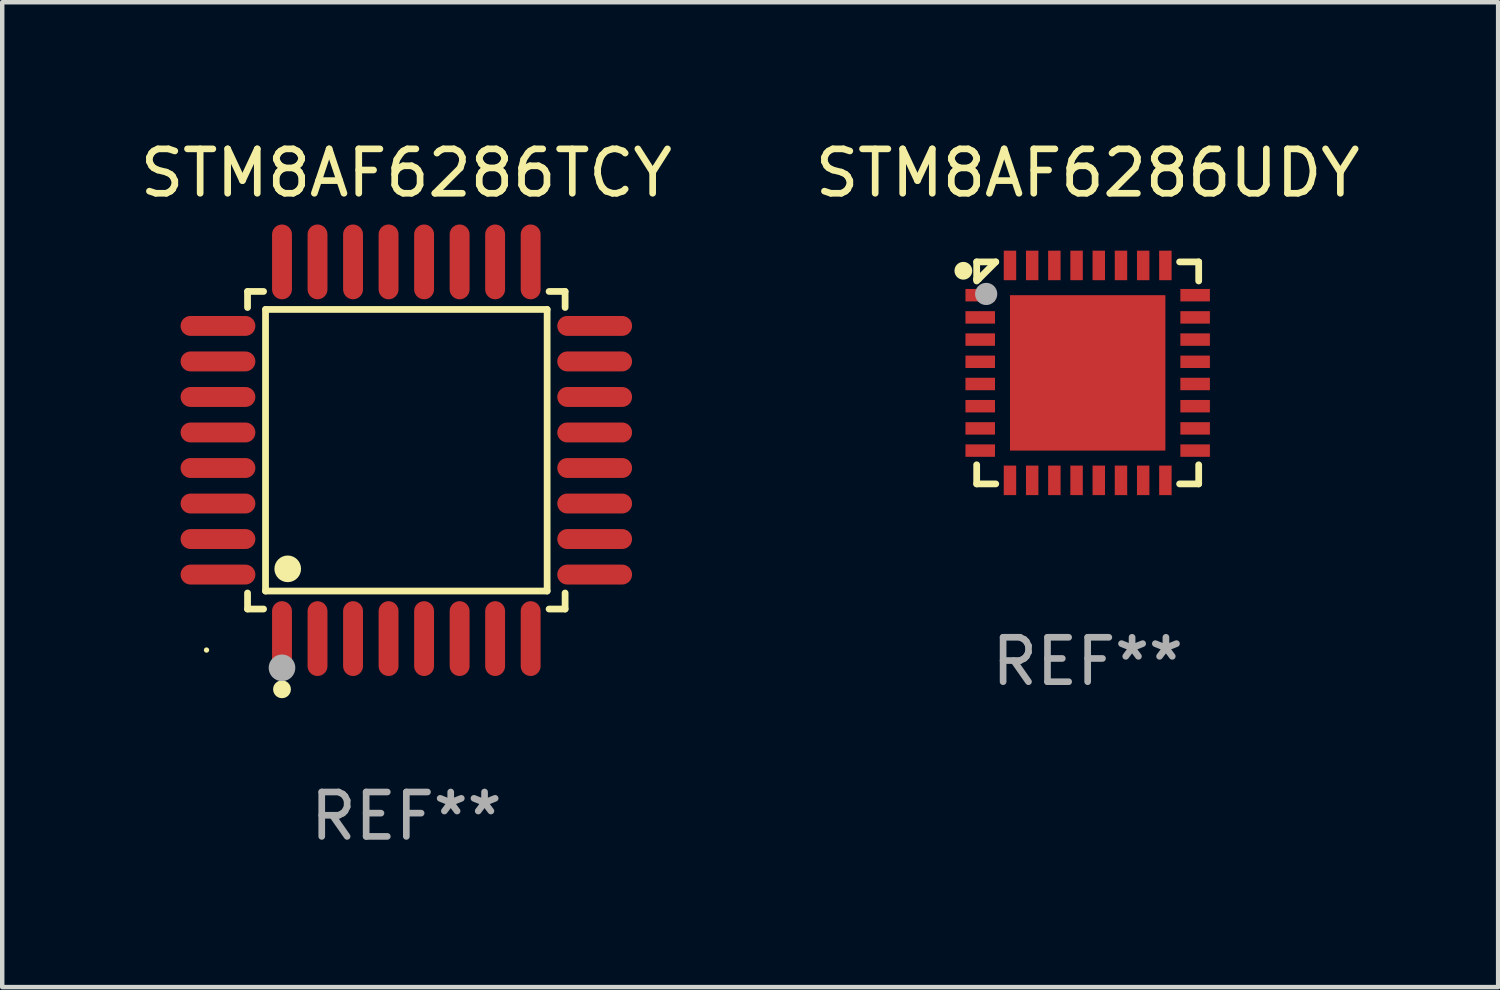
<source format=kicad_pcb>
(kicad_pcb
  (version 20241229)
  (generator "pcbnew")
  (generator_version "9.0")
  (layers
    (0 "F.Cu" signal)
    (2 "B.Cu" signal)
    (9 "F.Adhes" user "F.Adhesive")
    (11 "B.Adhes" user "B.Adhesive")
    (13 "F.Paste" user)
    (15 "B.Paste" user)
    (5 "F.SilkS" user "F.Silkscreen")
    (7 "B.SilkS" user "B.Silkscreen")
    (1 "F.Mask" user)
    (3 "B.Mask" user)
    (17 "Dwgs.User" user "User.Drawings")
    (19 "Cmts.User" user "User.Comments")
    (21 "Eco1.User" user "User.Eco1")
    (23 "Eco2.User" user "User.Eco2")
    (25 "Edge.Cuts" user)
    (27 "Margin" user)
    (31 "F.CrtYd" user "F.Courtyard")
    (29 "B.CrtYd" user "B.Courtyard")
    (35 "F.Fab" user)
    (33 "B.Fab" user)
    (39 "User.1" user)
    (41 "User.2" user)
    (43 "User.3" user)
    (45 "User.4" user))
  (footprint "STM8AF6286TCY"
    (layer "F.Cu")
    (at 6.101 7.09)
    (property "Reference" "STM8AF6286TCY" (at 0 -6.242 0) (layer "F.SilkS") (effects (font (size 1 1) (thickness 0.15))))
    (attr through_hole)
    (fp_line (start -3.576 -3.576) (end -3.215 -3.576) (stroke (width 0.152) (type solid)) (layer "F.SilkS"))
    (fp_line (start -3.576 -3.215) (end -3.576 -3.576) (stroke (width 0.152) (type solid)) (layer "F.SilkS"))
    (fp_line (start -3.576 3.215) (end -3.576 3.576) (stroke (width 0.152) (type solid)) (layer "F.SilkS"))
    (fp_line (start -3.576 3.576) (end -3.215 3.576) (stroke (width 0.152) (type solid)) (layer "F.SilkS"))
    (fp_line (start -3.171 -3.171) (end 3.171 -3.171) (stroke (width 0.152) (type solid)) (layer "F.SilkS"))
    (fp_line (start -3.171 3.171) (end -3.171 -3.171) (stroke (width 0.152) (type solid)) (layer "F.SilkS"))
    (fp_line (start 3.171 -3.171) (end 3.171 3.171) (stroke (width 0.152) (type solid)) (layer "F.SilkS"))
    (fp_line (start 3.171 3.171) (end -3.171 3.171) (stroke (width 0.152) (type solid)) (layer "F.SilkS"))
    (fp_line (start 3.576 -3.576) (end 3.215 -3.576) (stroke (width 0.152) (type solid)) (layer "F.SilkS"))
    (fp_line (start 3.576 -3.215) (end 3.576 -3.576) (stroke (width 0.152) (type solid)) (layer "F.SilkS"))
    (fp_line (start 3.576 3.215) (end 3.576 3.576) (stroke (width 0.152) (type solid)) (layer "F.SilkS"))
    (fp_line (start 3.576 3.576) (end 3.215 3.576) (stroke (width 0.152) (type solid)) (layer "F.SilkS"))
    (fp_circle (center -4.5 4.5) (end -4.47 4.5) (stroke (width 0.06) (type solid)) (fill no) (layer "F.SilkS"))
    (fp_circle (center -2.8 5.384) (end -2.7 5.384) (stroke (width 0.2) (type solid)) (fill no) (layer "F.SilkS"))
    (fp_circle (center -2.671 2.671) (end -2.521 2.671) (stroke (width 0.3) (type solid)) (fill no) (layer "F.SilkS"))
    (fp_circle (center -2.8 4.9) (end -2.65 4.9) (stroke (width 0.3) (type solid)) (fill no) (layer "F.Fab"))
    (fp_text user "REF**" (at 0 8.242 0) (layer "F.Fab") (effects (font (size 1 1) (thickness 0.15))))
    (pad "1" smd oval (at -2.8 4.242) (size 0.448 1.684) (layers "F.Cu" "F.Mask" "F.Paste"))
    (pad "2" smd oval (at -2 4.242) (size 0.448 1.684) (layers "F.Cu" "F.Mask" "F.Paste"))
    (pad "3" smd oval (at -1.2 4.242) (size 0.448 1.684) (layers "F.Cu" "F.Mask" "F.Paste"))
    (pad "4" smd oval (at -0.4 4.242) (size 0.448 1.684) (layers "F.Cu" "F.Mask" "F.Paste"))
    (pad "5" smd oval (at 0.4 4.242) (size 0.448 1.684) (layers "F.Cu" "F.Mask" "F.Paste"))
    (pad "6" smd oval (at 1.2 4.242) (size 0.448 1.684) (layers "F.Cu" "F.Mask" "F.Paste"))
    (pad "7" smd oval (at 2 4.242) (size 0.448 1.684) (layers "F.Cu" "F.Mask" "F.Paste"))
    (pad "8" smd oval (at 2.8 4.242) (size 0.448 1.684) (layers "F.Cu" "F.Mask" "F.Paste"))
    (pad "9" smd oval (at 4.242 2.8) (size 1.684 0.448) (layers "F.Cu" "F.Mask" "F.Paste"))
    (pad "10" smd oval (at 4.242 2) (size 1.684 0.448) (layers "F.Cu" "F.Mask" "F.Paste"))
    (pad "11" smd oval (at 4.242 1.2) (size 1.684 0.448) (layers "F.Cu" "F.Mask" "F.Paste"))
    (pad "12" smd oval (at 4.242 0.4) (size 1.684 0.448) (layers "F.Cu" "F.Mask" "F.Paste"))
    (pad "13" smd oval (at 4.242 -0.4) (size 1.684 0.448) (layers "F.Cu" "F.Mask" "F.Paste"))
    (pad "14" smd oval (at 4.242 -1.2) (size 1.684 0.448) (layers "F.Cu" "F.Mask" "F.Paste"))
    (pad "15" smd oval (at 4.242 -2) (size 1.684 0.448) (layers "F.Cu" "F.Mask" "F.Paste"))
    (pad "16" smd oval (at 4.242 -2.8) (size 1.684 0.448) (layers "F.Cu" "F.Mask" "F.Paste"))
    (pad "17" smd oval (at 2.8 -4.242) (size 0.448 1.684) (layers "F.Cu" "F.Mask" "F.Paste"))
    (pad "18" smd oval (at 2 -4.242) (size 0.448 1.684) (layers "F.Cu" "F.Mask" "F.Paste"))
    (pad "19" smd oval (at 1.2 -4.242) (size 0.448 1.684) (layers "F.Cu" "F.Mask" "F.Paste"))
    (pad "20" smd oval (at 0.4 -4.242) (size 0.448 1.684) (layers "F.Cu" "F.Mask" "F.Paste"))
    (pad "21" smd oval (at -0.4 -4.242) (size 0.448 1.684) (layers "F.Cu" "F.Mask" "F.Paste"))
    (pad "22" smd oval (at -1.2 -4.242) (size 0.448 1.684) (layers "F.Cu" "F.Mask" "F.Paste"))
    (pad "23" smd oval (at -2 -4.242) (size 0.448 1.684) (layers "F.Cu" "F.Mask" "F.Paste"))
    (pad "24" smd oval (at -2.8 -4.242) (size 0.448 1.684) (layers "F.Cu" "F.Mask" "F.Paste"))
    (pad "25" smd oval (at -4.242 -2.8) (size 1.684 0.448) (layers "F.Cu" "F.Mask" "F.Paste"))
    (pad "26" smd oval (at -4.242 -2) (size 1.684 0.448) (layers "F.Cu" "F.Mask" "F.Paste"))
    (pad "27" smd oval (at -4.242 -1.2) (size 1.684 0.448) (layers "F.Cu" "F.Mask" "F.Paste"))
    (pad "28" smd oval (at -4.242 -0.4) (size 1.684 0.448) (layers "F.Cu" "F.Mask" "F.Paste"))
    (pad "29" smd oval (at -4.242 0.4) (size 1.684 0.448) (layers "F.Cu" "F.Mask" "F.Paste"))
    (pad "30" smd oval (at -4.242 1.2) (size 1.684 0.448) (layers "F.Cu" "F.Mask" "F.Paste"))
    (pad "31" smd oval (at -4.242 2) (size 1.684 0.448) (layers "F.Cu" "F.Mask" "F.Paste"))
    (pad "32" smd oval (at -4.242 2.8) (size 1.684 0.448) (layers "F.Cu" "F.Mask" "F.Paste")))
  (footprint "STM8AF6286UDY"
    (layer "F.Cu")
    (at 21.446 5.348)
    (property "Reference" "STM8AF6286UDY" (at 0 -4.5 0) (layer "F.SilkS") (effects (font (size 1 1) (thickness 0.15))))
    (attr through_hole)
    (fp_line (start -2.5 -2.5) (end -2.07 -2.5) (stroke (width 0.152) (type solid)) (layer "F.SilkS"))
    (fp_line (start -2.5 -2.11) (end -2.5 -2.5) (stroke (width 0.152) (type solid)) (layer "F.SilkS"))
    (fp_line (start -2.5 -2.11) (end -2.5 -2.07) (stroke (width 0.152) (type solid)) (layer "F.SilkS"))
    (fp_line (start -2.5 -2.11) (end -2.46 -2.11) (stroke (width 0.152) (type solid)) (layer "F.SilkS"))
    (fp_line (start -2.5 2.5) (end -2.5 2.07) (stroke (width 0.152) (type solid)) (layer "F.SilkS"))
    (fp_line (start -2.46 -2.11) (end -2.07 -2.5) (stroke (width 0.152) (type solid)) (layer "F.SilkS"))
    (fp_line (start -2.07 2.5) (end -2.5 2.5) (stroke (width 0.152) (type solid)) (layer "F.SilkS"))
    (fp_line (start 2.07 -2.5) (end 2.5 -2.5) (stroke (width 0.152) (type solid)) (layer "F.SilkS"))
    (fp_line (start 2.5 -2.5) (end 2.5 -2.07) (stroke (width 0.152) (type solid)) (layer "F.SilkS"))
    (fp_line (start 2.5 2.07) (end 2.5 2.5) (stroke (width 0.152) (type solid)) (layer "F.SilkS"))
    (fp_line (start 2.5 2.5) (end 2.07 2.5) (stroke (width 0.152) (type solid)) (layer "F.SilkS"))
    (fp_circle (center -2.8 -2.3) (end -2.7 -2.3) (stroke (width 0.2) (type solid)) (fill no) (layer "F.SilkS"))
    (fp_circle (center -2.5 -2.5) (end -2.47 -2.5) (stroke (width 0.06) (type solid)) (fill no) (layer "F.SilkS"))
    (fp_circle (center -2.286 -1.778) (end -2.161 -1.778) (stroke (width 0.25) (type solid)) (fill no) (layer "F.Fab"))
    (fp_text user "REF**" (at 0 6.5 0) (layer "F.Fab") (effects (font (size 1 1) (thickness 0.15))))
    (pad "1" smd rect (at -2.42 -1.75 270) (size 0.28 0.665) (layers "F.Cu" "F.Mask" "F.Paste"))
    (pad "2" smd rect (at -2.42 -1.25 270) (size 0.28 0.665) (layers "F.Cu" "F.Mask" "F.Paste"))
    (pad "3" smd rect (at -2.42 -0.75 270) (size 0.28 0.665) (layers "F.Cu" "F.Mask" "F.Paste"))
    (pad "4" smd rect (at -2.42 -0.25 270) (size 0.28 0.665) (layers "F.Cu" "F.Mask" "F.Paste"))
    (pad "5" smd rect (at -2.42 0.25 270) (size 0.28 0.665) (layers "F.Cu" "F.Mask" "F.Paste"))
    (pad "6" smd rect (at -2.42 0.75 270) (size 0.28 0.665) (layers "F.Cu" "F.Mask" "F.Paste"))
    (pad "7" smd rect (at -2.42 1.25 270) (size 0.28 0.665) (layers "F.Cu" "F.Mask" "F.Paste"))
    (pad "8" smd rect (at -2.42 1.75 270) (size 0.28 0.665) (layers "F.Cu" "F.Mask" "F.Paste"))
    (pad "9" smd rect (at -1.75 2.42 270) (size 0.665 0.28) (layers "F.Cu" "F.Mask" "F.Paste"))
    (pad "10" smd rect (at -1.25 2.42 270) (size 0.665 0.28) (layers "F.Cu" "F.Mask" "F.Paste"))
    (pad "11" smd rect (at -0.75 2.42 270) (size 0.665 0.28) (layers "F.Cu" "F.Mask" "F.Paste"))
    (pad "12" smd rect (at -0.25 2.42 270) (size 0.665 0.28) (layers "F.Cu" "F.Mask" "F.Paste"))
    (pad "13" smd rect (at 0.25 2.42 270) (size 0.665 0.28) (layers "F.Cu" "F.Mask" "F.Paste"))
    (pad "14" smd rect (at 0.75 2.42 270) (size 0.665 0.28) (layers "F.Cu" "F.Mask" "F.Paste"))
    (pad "15" smd rect (at 1.25 2.42 270) (size 0.665 0.28) (layers "F.Cu" "F.Mask" "F.Paste"))
    (pad "16" smd rect (at 1.75 2.42 270) (size 0.665 0.28) (layers "F.Cu" "F.Mask" "F.Paste"))
    (pad "17" smd rect (at 2.42 1.75 270) (size 0.28 0.665) (layers "F.Cu" "F.Mask" "F.Paste"))
    (pad "18" smd rect (at 2.42 1.25 270) (size 0.28 0.665) (layers "F.Cu" "F.Mask" "F.Paste"))
    (pad "19" smd rect (at 2.42 0.75 270) (size 0.28 0.665) (layers "F.Cu" "F.Mask" "F.Paste"))
    (pad "20" smd rect (at 2.42 0.25 270) (size 0.28 0.665) (layers "F.Cu" "F.Mask" "F.Paste"))
    (pad "21" smd rect (at 2.42 -0.25 270) (size 0.28 0.665) (layers "F.Cu" "F.Mask" "F.Paste"))
    (pad "22" smd rect (at 2.42 -0.75 270) (size 0.28 0.665) (layers "F.Cu" "F.Mask" "F.Paste"))
    (pad "23" smd rect (at 2.42 -1.25 270) (size 0.28 0.665) (layers "F.Cu" "F.Mask" "F.Paste"))
    (pad "24" smd rect (at 2.42 -1.75 270) (size 0.28 0.665) (layers "F.Cu" "F.Mask" "F.Paste"))
    (pad "25" smd rect (at 1.75 -2.42 270) (size 0.665 0.28) (layers "F.Cu" "F.Mask" "F.Paste"))
    (pad "26" smd rect (at 1.25 -2.42 270) (size 0.665 0.28) (layers "F.Cu" "F.Mask" "F.Paste"))
    (pad "27" smd rect (at 0.75 -2.42 270) (size 0.665 0.28) (layers "F.Cu" "F.Mask" "F.Paste"))
    (pad "28" smd rect (at 0.25 -2.42 270) (size 0.665 0.28) (layers "F.Cu" "F.Mask" "F.Paste"))
    (pad "29" smd rect (at -0.25 -2.42 270) (size 0.665 0.28) (layers "F.Cu" "F.Mask" "F.Paste"))
    (pad "30" smd rect (at -0.75 -2.42 270) (size 0.665 0.28) (layers "F.Cu" "F.Mask" "F.Paste"))
    (pad "31" smd rect (at -1.25 -2.42 270) (size 0.665 0.28) (layers "F.Cu" "F.Mask" "F.Paste"))
    (pad "32" smd rect (at -1.75 -2.42 270) (size 0.665 0.28) (layers "F.Cu" "F.Mask" "F.Paste"))
    (pad "33" smd rect (at 0 0 270) (size 3.5 3.5) (layers "F.Cu" "F.Mask" "F.Paste")))
  (gr_rect
    (start -3 -3)
    (end 30.69 19.181)
    (stroke (width 0.1) (type default))
    (fill no)
    (layer "Edge.Cuts")))
</source>
